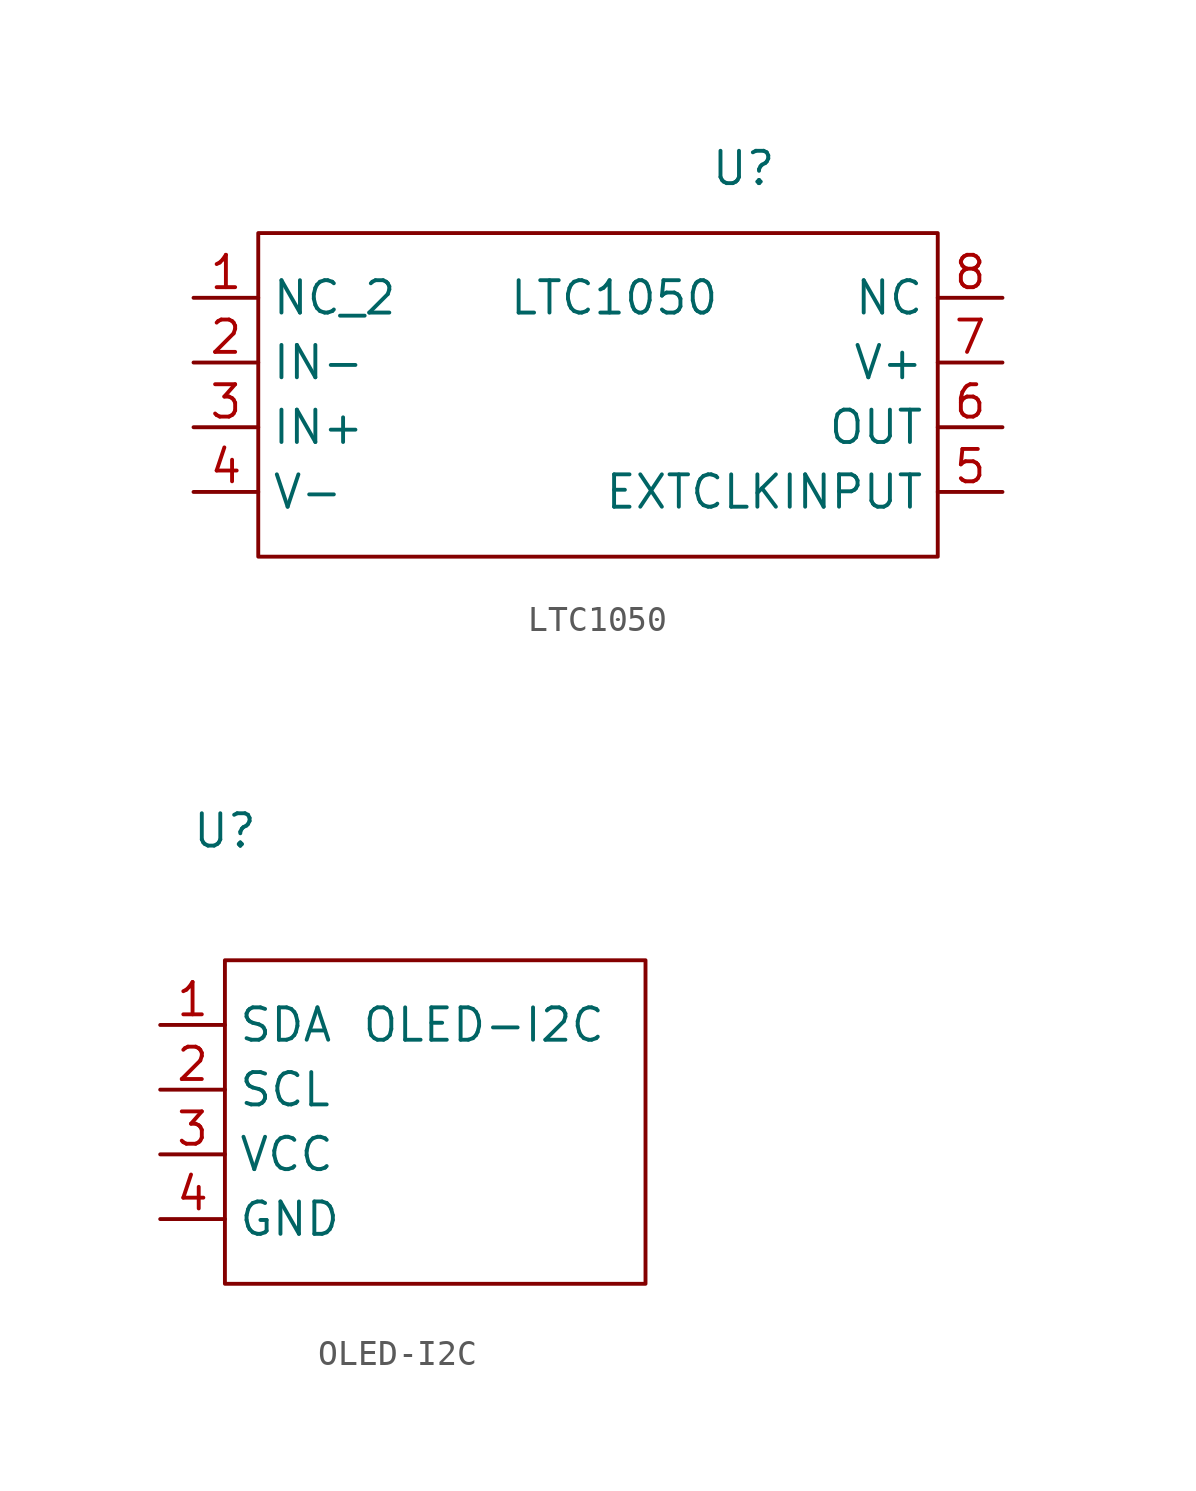
<source format=kicad_sym>
(kicad_symbol_lib
  (version 20211014)
  (generator kicad_symbol_editor)
  (symbol "LTC1050"
    (property "Reference" "U"
      (at 13.97 7.62 0)
      (effects (font (size 1.27 1.27))))
    (property "Value" "LTC1050"
      (at 8.89 2.54 0)
      (effects (font (size 1.27 1.27))))
    (symbol "LTC1050_0_1"
      (rectangle (start -5.08 -7.62) (end 21.59 5.08) (stroke (width 0) (type default) (color 0 0 0 0)) (fill (type none))))
    (symbol "LTC1050_1_1"
      (pin input line (at -7.62 2.54 0) (length 2.54) (name "NC_2" (effects (font (size 1.27 1.27)))) (number "1" (effects (font (size 1.27 1.27)))))
      (pin input line (at -7.62 0 0) (length 2.54) (name "IN-" (effects (font (size 1.27 1.27)))) (number "2" (effects (font (size 1.27 1.27)))))
      (pin input line (at -7.62 -2.54 0) (length 2.54) (name "IN+" (effects (font (size 1.27 1.27)))) (number "3" (effects (font (size 1.27 1.27)))))
      (pin input line (at -7.62 -5.08 0) (length 2.54) (name "V-" (effects (font (size 1.27 1.27)))) (number "4" (effects (font (size 1.27 1.27)))))
      (pin input line (at 24.13 -5.08 180) (length 2.54) (name "EXTCLKINPUT" (effects (font (size 1.27 1.27)))) (number "5" (effects (font (size 1.27 1.27)))))
      (pin output line (at 24.13 -2.54 180) (length 2.54) (name "OUT" (effects (font (size 1.27 1.27)))) (number "6" (effects (font (size 1.27 1.27)))))
      (pin input line (at 24.13 0 180) (length 2.54) (name "V+" (effects (font (size 1.27 1.27)))) (number "7" (effects (font (size 1.27 1.27)))))
      (pin input line (at 24.13 2.54 180) (length 2.54) (name "NC" (effects (font (size 1.27 1.27)))) (number "8" (effects (font (size 1.27 1.27)))))))
  (symbol "OLED-I2C"
    (property "Reference" "U"
      (at 0 0 0)
      (effects (font (size 1.27 1.27))))
    (property "Value" "OLED-I2C"
      (at 10.16 -7.62 0)
      (effects (font (size 1.27 1.27))))
    (symbol "OLED-I2C_0_1"
      (rectangle (start 0 -5.08) (end 16.51 -17.78) (stroke (width 0) (type default) (color 0 0 0 0)) (fill (type none))))
    (symbol "OLED-I2C_1_1"
      (pin bidirectional line (at -2.54 -7.62 0) (length 2.54) (name "SDA" (effects (font (size 1.27 1.27)))) (number "1" (effects (font (size 1.27 1.27)))))
      (pin bidirectional line (at -2.54 -10.16 0) (length 2.54) (name "SCL" (effects (font (size 1.27 1.27)))) (number "2" (effects (font (size 1.27 1.27)))))
      (pin input line (at -2.54 -12.7 0) (length 2.54) (name "VCC" (effects (font (size 1.27 1.27)))) (number "3" (effects (font (size 1.27 1.27)))))
      (pin input line (at -2.54 -15.24 0) (length 2.54) (name "GND" (effects (font (size 1.27 1.27)))) (number "4" (effects (font (size 1.27 1.27))))))))
</source>
